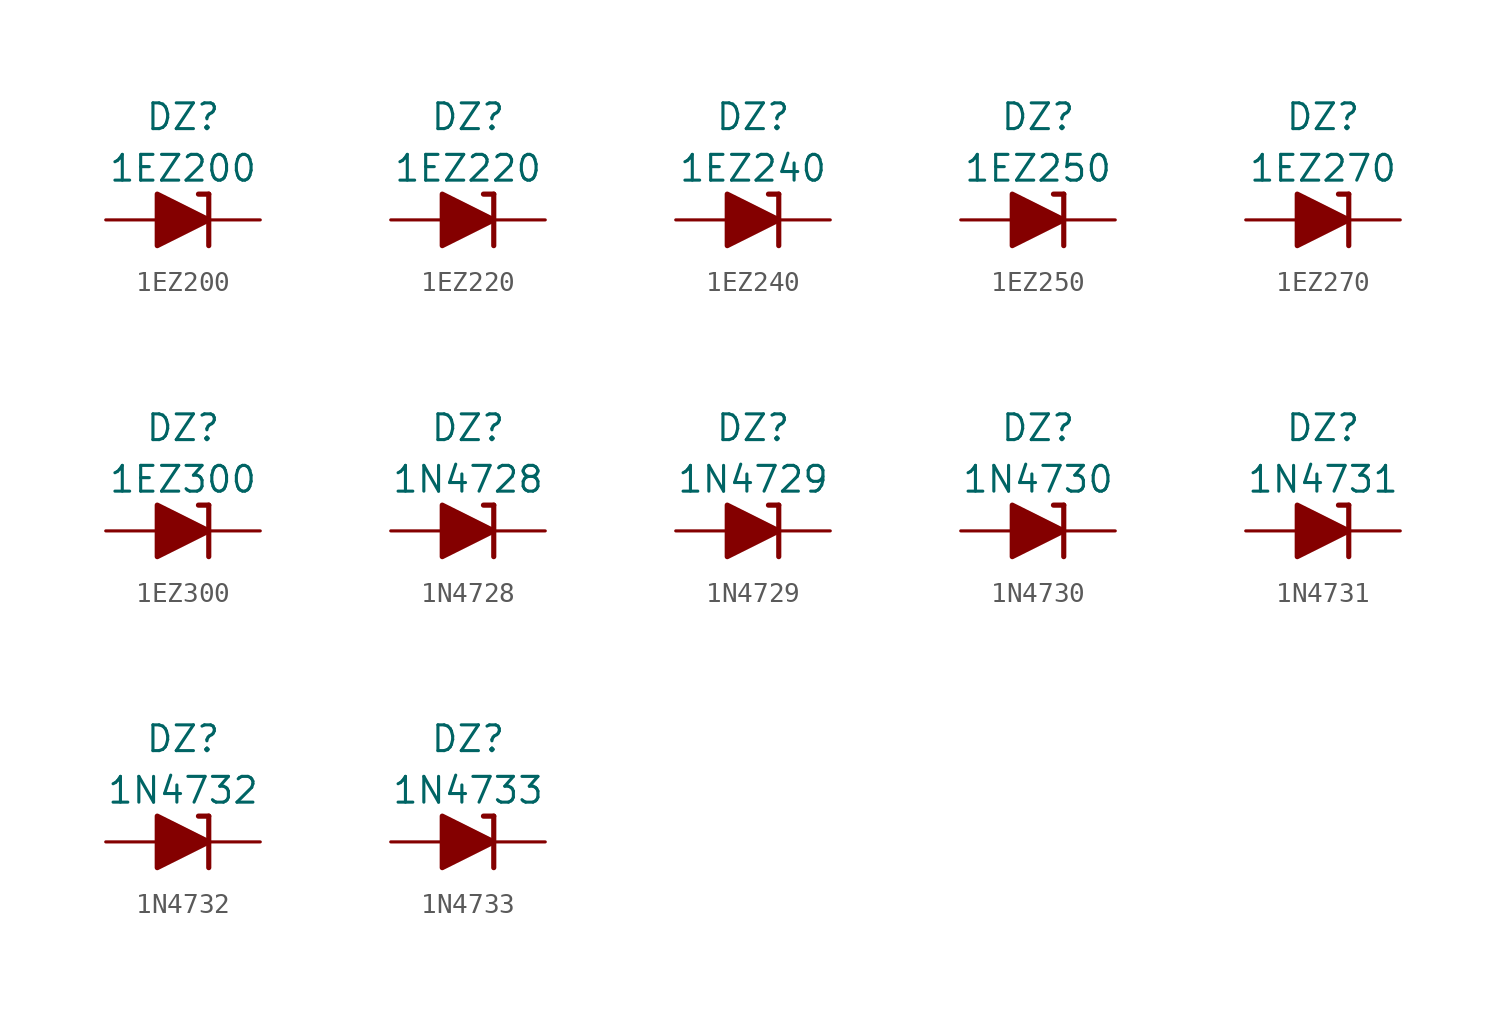
<source format=kicad_sym>
(kicad_symbol_lib
  (version 20201005)
  (generator kicad_symbol_editor)
  (symbol "Diode_Zener_AKL:1EZ200"
    (pin_numbers hide)
    (pin_names
      (offset 1.016) hide)
    (property "Reference" "DZ"
      (at 0 5.08 0)
      (effects (font (size 1.27 1.27))))
    (property "Value" "1EZ200"
      (at 0 2.54 0)
      (effects (font (size 1.27 1.27))))
    (symbol "1EZ200_0_1"
      (polyline (pts (xy -1.27 0) (xy 1.27 0)) (stroke (width 0)) (fill (type none)))
      (polyline (pts (xy 1.27 1.27) (xy 0.762 1.27)) (stroke (width 0.254)) (fill (type none)))
      (polyline (pts (xy 1.27 1.27) (xy 1.27 -1.27)) (stroke (width 0.254)) (fill (type none)))
      (polyline (pts (xy -1.27 -1.27) (xy -1.27 1.27) (xy 1.27 0) (xy -1.27 -1.27)) (stroke (width 0.254)) (fill (type outline))))
    (symbol "1EZ200_1_1"
      (pin passive line (at 3.81 0 180) (length 2.54) (name "K" (effects (font (size 1.27 1.27)))) (number "1" (effects (font (size 1.27 1.27)))))
      (pin passive line (at -3.81 0 0) (length 2.54) (name "A" (effects (font (size 1.27 1.27)))) (number "2" (effects (font (size 1.27 1.27)))))))
  (symbol "Diode_Zener_AKL:1EZ220"
    (pin_numbers hide)
    (pin_names
      (offset 1.016) hide)
    (property "Reference" "DZ"
      (at 0 5.08 0)
      (effects (font (size 1.27 1.27))))
    (property "Value" "1EZ220"
      (at 0 2.54 0)
      (effects (font (size 1.27 1.27))))
    (symbol "1EZ220_0_1"
      (polyline (pts (xy -1.27 0) (xy 1.27 0)) (stroke (width 0)) (fill (type none)))
      (polyline (pts (xy 1.27 1.27) (xy 0.762 1.27)) (stroke (width 0.254)) (fill (type none)))
      (polyline (pts (xy 1.27 1.27) (xy 1.27 -1.27)) (stroke (width 0.254)) (fill (type none)))
      (polyline (pts (xy -1.27 -1.27) (xy -1.27 1.27) (xy 1.27 0) (xy -1.27 -1.27)) (stroke (width 0.254)) (fill (type outline))))
    (symbol "1EZ220_1_1"
      (pin passive line (at 3.81 0 180) (length 2.54) (name "K" (effects (font (size 1.27 1.27)))) (number "1" (effects (font (size 1.27 1.27)))))
      (pin passive line (at -3.81 0 0) (length 2.54) (name "A" (effects (font (size 1.27 1.27)))) (number "2" (effects (font (size 1.27 1.27)))))))
  (symbol "Diode_Zener_AKL:1EZ240"
    (pin_numbers hide)
    (pin_names
      (offset 1.016) hide)
    (property "Reference" "DZ"
      (at 0 5.08 0)
      (effects (font (size 1.27 1.27))))
    (property "Value" "1EZ240"
      (at 0 2.54 0)
      (effects (font (size 1.27 1.27))))
    (symbol "1EZ240_0_1"
      (polyline (pts (xy -1.27 0) (xy 1.27 0)) (stroke (width 0)) (fill (type none)))
      (polyline (pts (xy 1.27 1.27) (xy 0.762 1.27)) (stroke (width 0.254)) (fill (type none)))
      (polyline (pts (xy 1.27 1.27) (xy 1.27 -1.27)) (stroke (width 0.254)) (fill (type none)))
      (polyline (pts (xy -1.27 -1.27) (xy -1.27 1.27) (xy 1.27 0) (xy -1.27 -1.27)) (stroke (width 0.254)) (fill (type outline))))
    (symbol "1EZ240_1_1"
      (pin passive line (at 3.81 0 180) (length 2.54) (name "K" (effects (font (size 1.27 1.27)))) (number "1" (effects (font (size 1.27 1.27)))))
      (pin passive line (at -3.81 0 0) (length 2.54) (name "A" (effects (font (size 1.27 1.27)))) (number "2" (effects (font (size 1.27 1.27)))))))
  (symbol "Diode_Zener_AKL:1EZ250"
    (pin_numbers hide)
    (pin_names
      (offset 1.016) hide)
    (property "Reference" "DZ"
      (at 0 5.08 0)
      (effects (font (size 1.27 1.27))))
    (property "Value" "1EZ250"
      (at 0 2.54 0)
      (effects (font (size 1.27 1.27))))
    (symbol "1EZ250_0_1"
      (polyline (pts (xy -1.27 0) (xy 1.27 0)) (stroke (width 0)) (fill (type none)))
      (polyline (pts (xy 1.27 1.27) (xy 0.762 1.27)) (stroke (width 0.254)) (fill (type none)))
      (polyline (pts (xy 1.27 1.27) (xy 1.27 -1.27)) (stroke (width 0.254)) (fill (type none)))
      (polyline (pts (xy -1.27 -1.27) (xy -1.27 1.27) (xy 1.27 0) (xy -1.27 -1.27)) (stroke (width 0.254)) (fill (type outline))))
    (symbol "1EZ250_1_1"
      (pin passive line (at 3.81 0 180) (length 2.54) (name "K" (effects (font (size 1.27 1.27)))) (number "1" (effects (font (size 1.27 1.27)))))
      (pin passive line (at -3.81 0 0) (length 2.54) (name "A" (effects (font (size 1.27 1.27)))) (number "2" (effects (font (size 1.27 1.27)))))))
  (symbol "Diode_Zener_AKL:1EZ270"
    (pin_numbers hide)
    (pin_names
      (offset 1.016) hide)
    (property "Reference" "DZ"
      (at 0 5.08 0)
      (effects (font (size 1.27 1.27))))
    (property "Value" "1EZ270"
      (at 0 2.54 0)
      (effects (font (size 1.27 1.27))))
    (symbol "1EZ270_0_1"
      (polyline (pts (xy -1.27 0) (xy 1.27 0)) (stroke (width 0)) (fill (type none)))
      (polyline (pts (xy 1.27 1.27) (xy 0.762 1.27)) (stroke (width 0.254)) (fill (type none)))
      (polyline (pts (xy 1.27 1.27) (xy 1.27 -1.27)) (stroke (width 0.254)) (fill (type none)))
      (polyline (pts (xy -1.27 -1.27) (xy -1.27 1.27) (xy 1.27 0) (xy -1.27 -1.27)) (stroke (width 0.254)) (fill (type outline))))
    (symbol "1EZ270_1_1"
      (pin passive line (at 3.81 0 180) (length 2.54) (name "K" (effects (font (size 1.27 1.27)))) (number "1" (effects (font (size 1.27 1.27)))))
      (pin passive line (at -3.81 0 0) (length 2.54) (name "A" (effects (font (size 1.27 1.27)))) (number "2" (effects (font (size 1.27 1.27)))))))
  (symbol "Diode_Zener_AKL:1EZ300"
    (pin_numbers hide)
    (pin_names
      (offset 1.016) hide)
    (property "Reference" "DZ"
      (at 0 5.08 0)
      (effects (font (size 1.27 1.27))))
    (property "Value" "1EZ300"
      (at 0 2.54 0)
      (effects (font (size 1.27 1.27))))
    (symbol "1EZ300_0_1"
      (polyline (pts (xy -1.27 0) (xy 1.27 0)) (stroke (width 0)) (fill (type none)))
      (polyline (pts (xy 1.27 1.27) (xy 0.762 1.27)) (stroke (width 0.254)) (fill (type none)))
      (polyline (pts (xy 1.27 1.27) (xy 1.27 -1.27)) (stroke (width 0.254)) (fill (type none)))
      (polyline (pts (xy -1.27 -1.27) (xy -1.27 1.27) (xy 1.27 0) (xy -1.27 -1.27)) (stroke (width 0.254)) (fill (type outline))))
    (symbol "1EZ300_1_1"
      (pin passive line (at 3.81 0 180) (length 2.54) (name "K" (effects (font (size 1.27 1.27)))) (number "1" (effects (font (size 1.27 1.27)))))
      (pin passive line (at -3.81 0 0) (length 2.54) (name "A" (effects (font (size 1.27 1.27)))) (number "2" (effects (font (size 1.27 1.27)))))))
  (symbol "Diode_Zener_AKL:1N4728"
    (pin_numbers hide)
    (pin_names
      (offset 1.016) hide)
    (property "Reference" "DZ"
      (at 0 5.08 0)
      (effects (font (size 1.27 1.27))))
    (property "Value" "1N4728"
      (at 0 2.54 0)
      (effects (font (size 1.27 1.27))))
    (symbol "1N4728_0_1"
      (polyline (pts (xy -1.27 0) (xy 1.27 0)) (stroke (width 0)) (fill (type none)))
      (polyline (pts (xy 1.27 1.27) (xy 0.762 1.27)) (stroke (width 0.254)) (fill (type none)))
      (polyline (pts (xy 1.27 1.27) (xy 1.27 -1.27)) (stroke (width 0.254)) (fill (type none)))
      (polyline (pts (xy -1.27 -1.27) (xy -1.27 1.27) (xy 1.27 0) (xy -1.27 -1.27)) (stroke (width 0.254)) (fill (type outline))))
    (symbol "1N4728_1_1"
      (pin passive line (at 3.81 0 180) (length 2.54) (name "K" (effects (font (size 1.27 1.27)))) (number "1" (effects (font (size 1.27 1.27)))))
      (pin passive line (at -3.81 0 0) (length 2.54) (name "A" (effects (font (size 1.27 1.27)))) (number "2" (effects (font (size 1.27 1.27)))))))
  (symbol "Diode_Zener_AKL:1N4729"
    (pin_numbers hide)
    (pin_names
      (offset 1.016) hide)
    (property "Reference" "DZ"
      (at 0 5.08 0)
      (effects (font (size 1.27 1.27))))
    (property "Value" "1N4729"
      (at 0 2.54 0)
      (effects (font (size 1.27 1.27))))
    (symbol "1N4729_0_1"
      (polyline (pts (xy -1.27 0) (xy 1.27 0)) (stroke (width 0)) (fill (type none)))
      (polyline (pts (xy 1.27 1.27) (xy 0.762 1.27)) (stroke (width 0.254)) (fill (type none)))
      (polyline (pts (xy 1.27 1.27) (xy 1.27 -1.27)) (stroke (width 0.254)) (fill (type none)))
      (polyline (pts (xy -1.27 -1.27) (xy -1.27 1.27) (xy 1.27 0) (xy -1.27 -1.27)) (stroke (width 0.254)) (fill (type outline))))
    (symbol "1N4729_1_1"
      (pin passive line (at 3.81 0 180) (length 2.54) (name "K" (effects (font (size 1.27 1.27)))) (number "1" (effects (font (size 1.27 1.27)))))
      (pin passive line (at -3.81 0 0) (length 2.54) (name "A" (effects (font (size 1.27 1.27)))) (number "2" (effects (font (size 1.27 1.27)))))))
  (symbol "Diode_Zener_AKL:1N4730"
    (pin_numbers hide)
    (pin_names
      (offset 1.016) hide)
    (property "Reference" "DZ"
      (at 0 5.08 0)
      (effects (font (size 1.27 1.27))))
    (property "Value" "1N4730"
      (at 0 2.54 0)
      (effects (font (size 1.27 1.27))))
    (symbol "1N4730_0_1"
      (polyline (pts (xy -1.27 0) (xy 1.27 0)) (stroke (width 0)) (fill (type none)))
      (polyline (pts (xy 1.27 1.27) (xy 0.762 1.27)) (stroke (width 0.254)) (fill (type none)))
      (polyline (pts (xy 1.27 1.27) (xy 1.27 -1.27)) (stroke (width 0.254)) (fill (type none)))
      (polyline (pts (xy -1.27 -1.27) (xy -1.27 1.27) (xy 1.27 0) (xy -1.27 -1.27)) (stroke (width 0.254)) (fill (type outline))))
    (symbol "1N4730_1_1"
      (pin passive line (at 3.81 0 180) (length 2.54) (name "K" (effects (font (size 1.27 1.27)))) (number "1" (effects (font (size 1.27 1.27)))))
      (pin passive line (at -3.81 0 0) (length 2.54) (name "A" (effects (font (size 1.27 1.27)))) (number "2" (effects (font (size 1.27 1.27)))))))
  (symbol "Diode_Zener_AKL:1N4731"
    (pin_numbers hide)
    (pin_names
      (offset 1.016) hide)
    (property "Reference" "DZ"
      (at 0 5.08 0)
      (effects (font (size 1.27 1.27))))
    (property "Value" "1N4731"
      (at 0 2.54 0)
      (effects (font (size 1.27 1.27))))
    (symbol "1N4731_0_1"
      (polyline (pts (xy -1.27 0) (xy 1.27 0)) (stroke (width 0)) (fill (type none)))
      (polyline (pts (xy 1.27 1.27) (xy 0.762 1.27)) (stroke (width 0.254)) (fill (type none)))
      (polyline (pts (xy 1.27 1.27) (xy 1.27 -1.27)) (stroke (width 0.254)) (fill (type none)))
      (polyline (pts (xy -1.27 -1.27) (xy -1.27 1.27) (xy 1.27 0) (xy -1.27 -1.27)) (stroke (width 0.254)) (fill (type outline))))
    (symbol "1N4731_1_1"
      (pin passive line (at 3.81 0 180) (length 2.54) (name "K" (effects (font (size 1.27 1.27)))) (number "1" (effects (font (size 1.27 1.27)))))
      (pin passive line (at -3.81 0 0) (length 2.54) (name "A" (effects (font (size 1.27 1.27)))) (number "2" (effects (font (size 1.27 1.27)))))))
  (symbol "Diode_Zener_AKL:1N4732"
    (pin_numbers hide)
    (pin_names
      (offset 1.016) hide)
    (property "Reference" "DZ"
      (at 0 5.08 0)
      (effects (font (size 1.27 1.27))))
    (property "Value" "1N4732"
      (at 0 2.54 0)
      (effects (font (size 1.27 1.27))))
    (symbol "1N4732_0_1"
      (polyline (pts (xy -1.27 0) (xy 1.27 0)) (stroke (width 0)) (fill (type none)))
      (polyline (pts (xy 1.27 1.27) (xy 0.762 1.27)) (stroke (width 0.254)) (fill (type none)))
      (polyline (pts (xy 1.27 1.27) (xy 1.27 -1.27)) (stroke (width 0.254)) (fill (type none)))
      (polyline (pts (xy -1.27 -1.27) (xy -1.27 1.27) (xy 1.27 0) (xy -1.27 -1.27)) (stroke (width 0.254)) (fill (type outline))))
    (symbol "1N4732_1_1"
      (pin passive line (at 3.81 0 180) (length 2.54) (name "K" (effects (font (size 1.27 1.27)))) (number "1" (effects (font (size 1.27 1.27)))))
      (pin passive line (at -3.81 0 0) (length 2.54) (name "A" (effects (font (size 1.27 1.27)))) (number "2" (effects (font (size 1.27 1.27)))))))
  (symbol "Diode_Zener_AKL:1N4733"
    (pin_numbers hide)
    (pin_names
      (offset 1.016) hide)
    (property "Reference" "DZ"
      (at 0 5.08 0)
      (effects (font (size 1.27 1.27))))
    (property "Value" "1N4733"
      (at 0 2.54 0)
      (effects (font (size 1.27 1.27))))
    (symbol "1N4733_0_1"
      (polyline (pts (xy -1.27 0) (xy 1.27 0)) (stroke (width 0)) (fill (type none)))
      (polyline (pts (xy 1.27 1.27) (xy 0.762 1.27)) (stroke (width 0.254)) (fill (type none)))
      (polyline (pts (xy 1.27 1.27) (xy 1.27 -1.27)) (stroke (width 0.254)) (fill (type none)))
      (polyline (pts (xy -1.27 -1.27) (xy -1.27 1.27) (xy 1.27 0) (xy -1.27 -1.27)) (stroke (width 0.254)) (fill (type outline))))
    (symbol "1N4733_1_1"
      (pin passive line (at 3.81 0 180) (length 2.54) (name "K" (effects (font (size 1.27 1.27)))) (number "1" (effects (font (size 1.27 1.27)))))
      (pin passive line (at -3.81 0 0) (length 2.54) (name "A" (effects (font (size 1.27 1.27)))) (number "2" (effects (font (size 1.27 1.27))))))))
</source>
